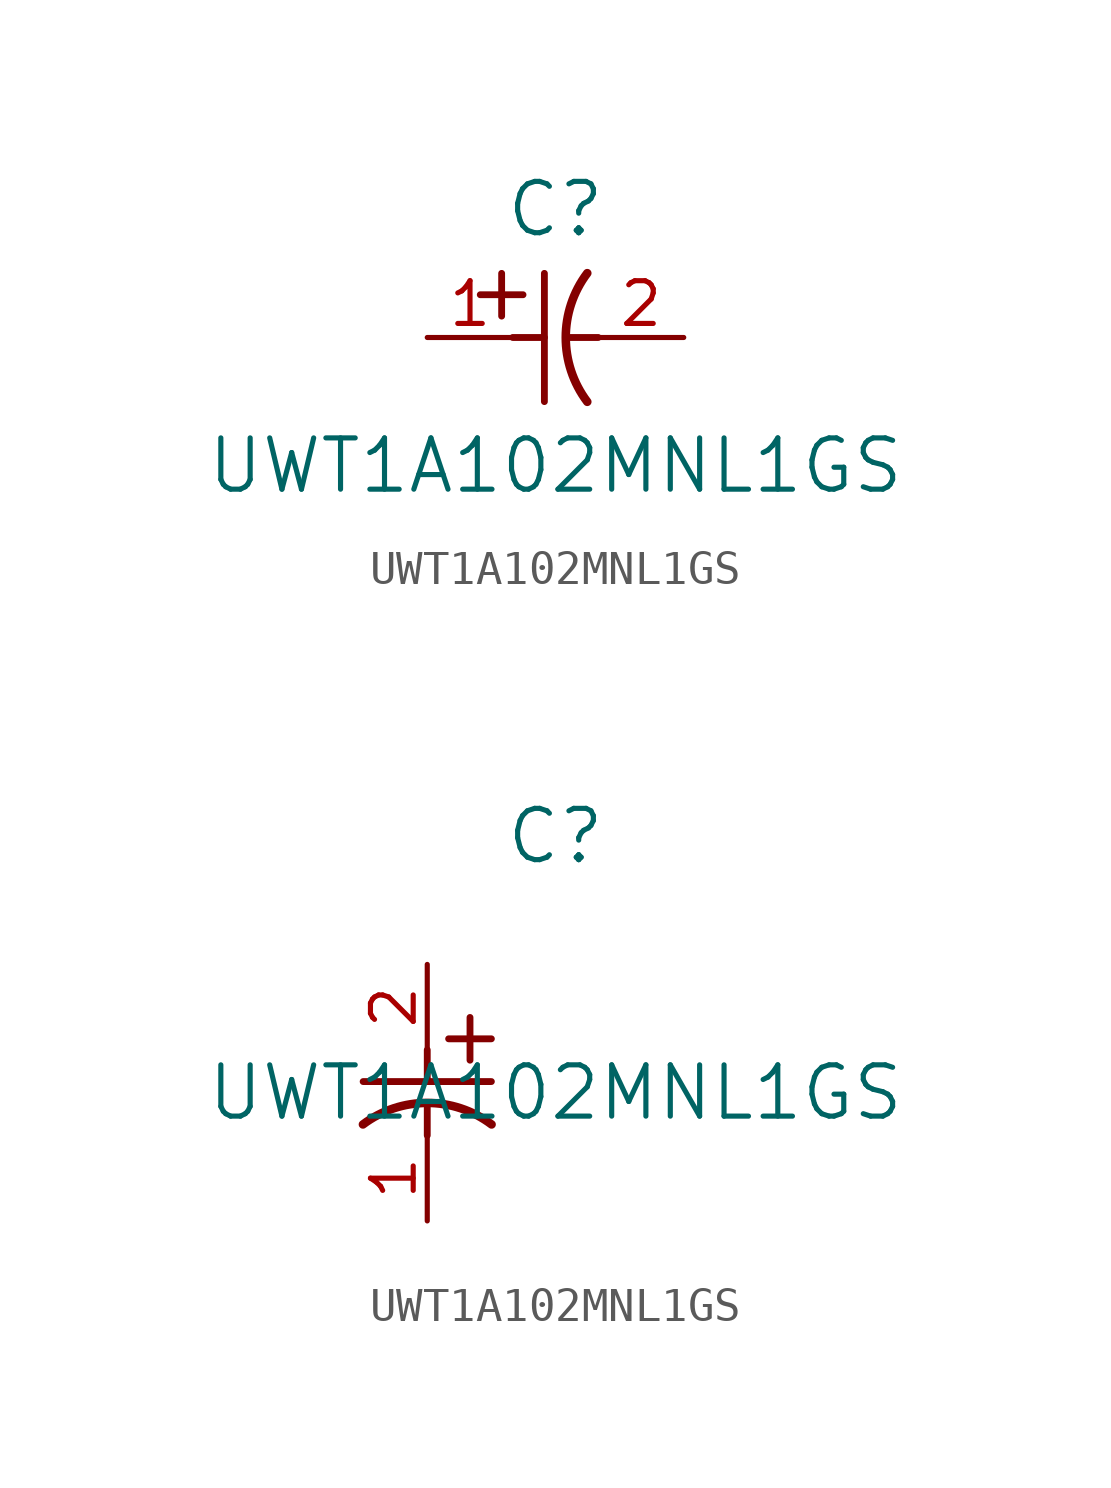
<source format=kicad_sym>
(kicad_symbol_lib
  (version 20211014)
  (generator kicad_symbol_editor)
  (symbol "UWT1A102MNL1GS"
    (pin_names
      (offset 0.254))
    (property "Reference" "C"
      (at 3.81 3.81 0)
      (effects (font (size 1.524 1.524))))
    (property "Value" "UWT1A102MNL1GS"
      (at 3.81 -3.81 0)
      (effects (font (size 1.524 1.524))))
    (symbol "UWT1A102MNL1GS_1_1"
      (polyline (pts (xy 2.21 0.635) (xy 2.21 1.905)) (stroke (width 0.203) (type default) (color 0 0 0 0)) (fill (type none)))
      (arc (start 4.754132 1.910763) (mid 4.1148 0) (end 4.754132 -1.910763) (stroke (width 0.254) (type default) (color 0 0 0 0)) (fill (type none)))
      (polyline (pts (xy 4.115 0) (xy 5.08 0)) (stroke (width 0.203) (type default) (color 0 0 0 0)) (fill (type none)))
      (polyline (pts (xy 3.48 -1.905) (xy 3.48 1.905)) (stroke (width 0.203) (type default) (color 0 0 0 0)) (fill (type none)))
      (polyline (pts (xy 1.575 1.27) (xy 2.845 1.27)) (stroke (width 0.203) (type default) (color 0 0 0 0)) (fill (type none)))
      (polyline (pts (xy 2.54 0) (xy 3.48 0)) (stroke (width 0.203) (type default) (color 0 0 0 0)) (fill (type none)))
      (pin unspecified line (at 0 0 0) (length 2.54) (name "" (effects (font (size 1.27 1.27)))) (number "1" (effects (font (size 1.27 1.27)))))
      (pin unspecified line (at 7.62 0 180) (length 2.54) (name "" (effects (font (size 1.27 1.27)))) (number "2" (effects (font (size 1.27 1.27))))))
    (symbol "UWT1A102MNL1GS_1_2"
      (polyline (pts (xy 0 -2.54) (xy 0 -3.48)) (stroke (width 0.203) (type default) (color 0 0 0 0)) (fill (type none)))
      (arc (start 1.910763 -4.754132) (mid 0 -4.1148) (end -1.910763 -4.754132) (stroke (width 0.254) (type default) (color 0 0 0 0)) (fill (type none)))
      (polyline (pts (xy -1.905 -3.48) (xy 1.905 -3.48)) (stroke (width 0.203) (type default) (color 0 0 0 0)) (fill (type none)))
      (polyline (pts (xy 0.635 -2.21) (xy 1.905 -2.21)) (stroke (width 0.203) (type default) (color 0 0 0 0)) (fill (type none)))
      (polyline (pts (xy 1.27 -1.575) (xy 1.27 -2.845)) (stroke (width 0.203) (type default) (color 0 0 0 0)) (fill (type none)))
      (polyline (pts (xy 0 -4.115) (xy 0 -5.08)) (stroke (width 0.203) (type default) (color 0 0 0 0)) (fill (type none)))
      (pin unspecified line (at 0 -7.62 90) (length 2.54) (name "" (effects (font (size 1.27 1.27)))) (number "1" (effects (font (size 1.27 1.27)))))
      (pin unspecified line (at 0 0 270) (length 2.54) (name "" (effects (font (size 1.27 1.27)))) (number "2" (effects (font (size 1.27 1.27))))))))
</source>
